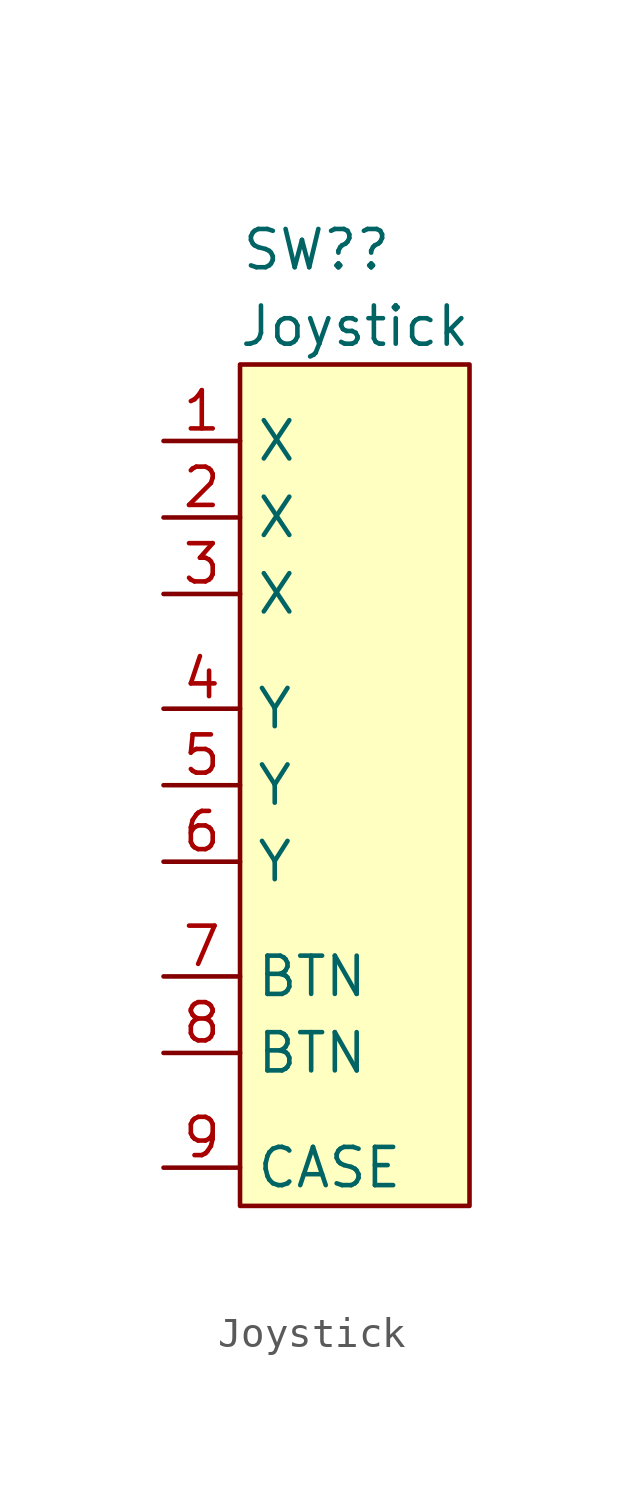
<source format=kicad_sym>
(kicad_symbol_lib
  (version 20211014)
  (generator kicad_symbol_editor)
  (symbol "Joystick"
    (property "Reference" "SW?"
      (at 0 7.62 0)
      (effects (font (size 1.27 1.27))))
    (property "Value" "Joystick"
      (at 1.27 5.08 0)
      (effects (font (size 1.27 1.27))))
    (symbol "Joystick_0_1"
      (rectangle (start -2.54 3.81) (end 5.08 -24.13) (stroke (width 0.152) (type default) (color 0 0 0 0)) (fill (type background))))
    (symbol "Joystick_1_1"
      (pin input line (at -5.08 1.27 0) (length 2.54) (name "X" (effects (font (size 1.27 1.27)))) (number "1" (effects (font (size 1.27 1.27)))))
      (pin input line (at -5.08 -1.27 0) (length 2.54) (name "X" (effects (font (size 1.27 1.27)))) (number "2" (effects (font (size 1.27 1.27)))))
      (pin input line (at -5.08 -3.81 0) (length 2.54) (name "X" (effects (font (size 1.27 1.27)))) (number "3" (effects (font (size 1.27 1.27)))))
      (pin input line (at -5.08 -7.62 0) (length 2.54) (name "Y" (effects (font (size 1.27 1.27)))) (number "4" (effects (font (size 1.27 1.27)))))
      (pin input line (at -5.08 -10.16 0) (length 2.54) (name "Y" (effects (font (size 1.27 1.27)))) (number "5" (effects (font (size 1.27 1.27)))))
      (pin input line (at -5.08 -12.7 0) (length 2.54) (name "Y" (effects (font (size 1.27 1.27)))) (number "6" (effects (font (size 1.27 1.27)))))
      (pin input line (at -5.08 -16.51 0) (length 2.54) (name "BTN" (effects (font (size 1.27 1.27)))) (number "7" (effects (font (size 1.27 1.27)))))
      (pin input line (at -5.08 -19.05 0) (length 2.54) (name "BTN" (effects (font (size 1.27 1.27)))) (number "8" (effects (font (size 1.27 1.27)))))
      (pin input line (at -5.08 -22.86 0) (length 2.54) (name "CASE" (effects (font (size 1.27 1.27)))) (number "9" (effects (font (size 1.27 1.27))))))))
</source>
